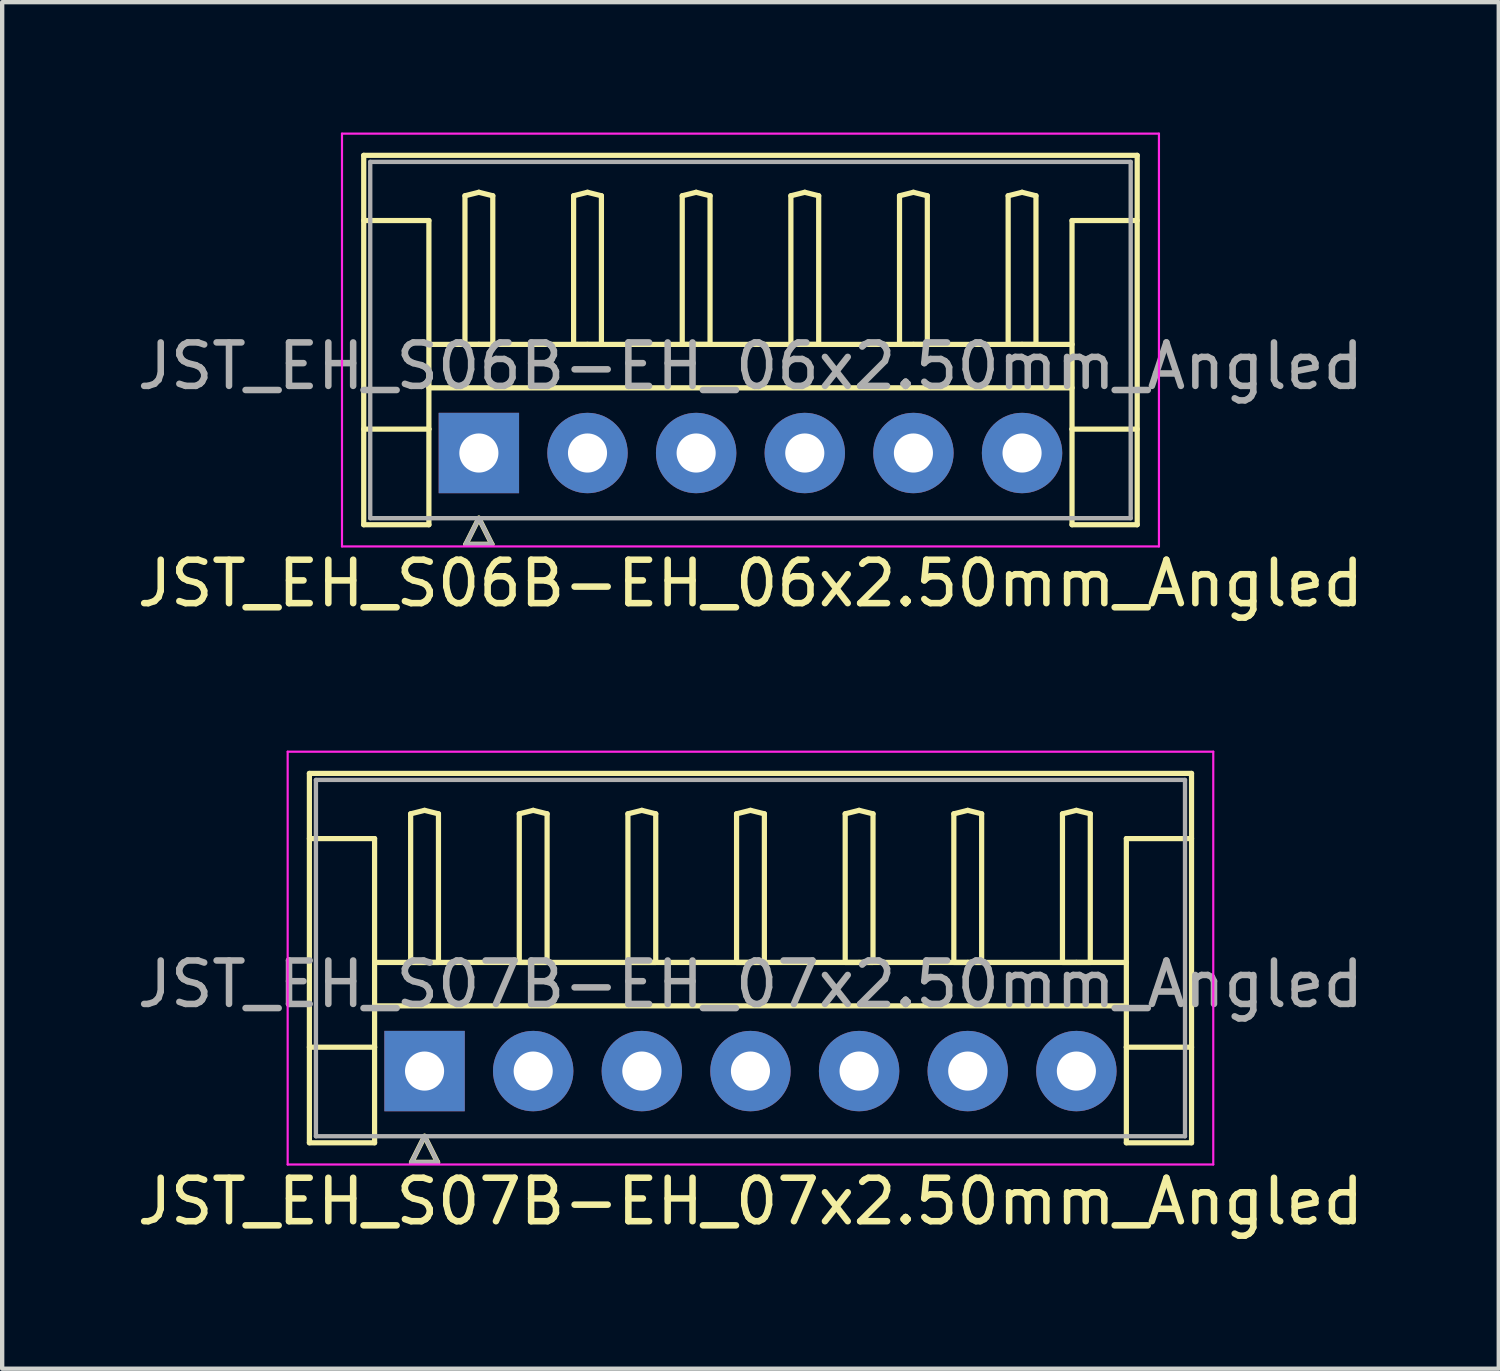
<source format=kicad_pcb>
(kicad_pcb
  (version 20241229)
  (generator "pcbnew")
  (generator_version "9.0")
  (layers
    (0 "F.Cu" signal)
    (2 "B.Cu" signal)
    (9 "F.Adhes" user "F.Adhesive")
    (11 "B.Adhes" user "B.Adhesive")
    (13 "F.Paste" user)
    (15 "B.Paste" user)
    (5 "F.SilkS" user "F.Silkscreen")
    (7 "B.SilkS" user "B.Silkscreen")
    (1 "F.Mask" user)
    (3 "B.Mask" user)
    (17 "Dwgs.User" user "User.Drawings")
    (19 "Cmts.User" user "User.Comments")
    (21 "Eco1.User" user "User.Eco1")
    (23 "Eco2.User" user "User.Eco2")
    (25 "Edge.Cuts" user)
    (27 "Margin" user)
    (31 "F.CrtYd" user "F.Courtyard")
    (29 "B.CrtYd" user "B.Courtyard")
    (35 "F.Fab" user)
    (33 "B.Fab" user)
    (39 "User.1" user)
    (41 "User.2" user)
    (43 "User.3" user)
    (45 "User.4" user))
  (footprint "JST_EH_S07B-EH_07x2.50mm_Angled"
    (layer "F.Cu")
    (at 6.72 21.598)
    (property "Reference" "JST_EH_S07B-EH_07x2.50mm_Angled" (at 7.5 3 0) (layer "F.SilkS") (effects (font (size 1 1) (thickness 0.15))))
    (attr through_hole)
    (fp_line (start -2.65 -6.85) (end 17.65 -6.85) (stroke (width 0.12) (type solid)) (layer "F.SilkS"))
    (fp_line (start -2.65 -5.35) (end -1.15 -5.35) (stroke (width 0.12) (type solid)) (layer "F.SilkS"))
    (fp_line (start -2.65 1.65) (end -2.65 -6.85) (stroke (width 0.12) (type solid)) (layer "F.SilkS"))
    (fp_line (start -1.15 -5.35) (end -1.15 -0.55) (stroke (width 0.12) (type solid)) (layer "F.SilkS"))
    (fp_line (start -1.15 -2.5) (end 16.15 -2.5) (stroke (width 0.12) (type solid)) (layer "F.SilkS"))
    (fp_line (start -1.15 -1.5) (end 16.15 -1.5) (stroke (width 0.12) (type solid)) (layer "F.SilkS"))
    (fp_line (start -1.15 -0.55) (end -2.65 -0.55) (stroke (width 0.12) (type solid)) (layer "F.SilkS"))
    (fp_line (start -1.15 -0.55) (end -1.15 1.65) (stroke (width 0.12) (type solid)) (layer "F.SilkS"))
    (fp_line (start -1.15 1.65) (end -2.65 1.65) (stroke (width 0.12) (type solid)) (layer "F.SilkS"))
    (fp_line (start -0.32 -5.92) (end 0 -6) (stroke (width 0.12) (type solid)) (layer "F.SilkS"))
    (fp_line (start -0.32 -2.5) (end -0.32 -5.92) (stroke (width 0.12) (type solid)) (layer "F.SilkS"))
    (fp_line (start -0.3 2.1) (end 0.3 2.1) (stroke (width 0.12) (type solid)) (layer "F.SilkS"))
    (fp_line (start 0 -6) (end 0.32 -5.92) (stroke (width 0.12) (type solid)) (layer "F.SilkS"))
    (fp_line (start 0 -2.5) (end -0.32 -2.5) (stroke (width 0.12) (type solid)) (layer "F.SilkS"))
    (fp_line (start 0 1.5) (end -0.3 2.1) (stroke (width 0.12) (type solid)) (layer "F.SilkS"))
    (fp_line (start 0.3 2.1) (end 0 1.5) (stroke (width 0.12) (type solid)) (layer "F.SilkS"))
    (fp_line (start 0.32 -5.92) (end 0.32 -2.5) (stroke (width 0.12) (type solid)) (layer "F.SilkS"))
    (fp_line (start 0.32 -2.5) (end 0 -2.5) (stroke (width 0.12) (type solid)) (layer "F.SilkS"))
    (fp_line (start 2.18 -5.92) (end 2.5 -6) (stroke (width 0.12) (type solid)) (layer "F.SilkS"))
    (fp_line (start 2.18 -2.5) (end 2.18 -5.92) (stroke (width 0.12) (type solid)) (layer "F.SilkS"))
    (fp_line (start 2.5 -6) (end 2.82 -5.92) (stroke (width 0.12) (type solid)) (layer "F.SilkS"))
    (fp_line (start 2.5 -2.5) (end 2.18 -2.5) (stroke (width 0.12) (type solid)) (layer "F.SilkS"))
    (fp_line (start 2.82 -5.92) (end 2.82 -2.5) (stroke (width 0.12) (type solid)) (layer "F.SilkS"))
    (fp_line (start 2.82 -2.5) (end 2.5 -2.5) (stroke (width 0.12) (type solid)) (layer "F.SilkS"))
    (fp_line (start 4.68 -5.92) (end 5 -6) (stroke (width 0.12) (type solid)) (layer "F.SilkS"))
    (fp_line (start 4.68 -2.5) (end 4.68 -5.92) (stroke (width 0.12) (type solid)) (layer "F.SilkS"))
    (fp_line (start 5 -6) (end 5.32 -5.92) (stroke (width 0.12) (type solid)) (layer "F.SilkS"))
    (fp_line (start 5 -2.5) (end 4.68 -2.5) (stroke (width 0.12) (type solid)) (layer "F.SilkS"))
    (fp_line (start 5.32 -5.92) (end 5.32 -2.5) (stroke (width 0.12) (type solid)) (layer "F.SilkS"))
    (fp_line (start 5.32 -2.5) (end 5 -2.5) (stroke (width 0.12) (type solid)) (layer "F.SilkS"))
    (fp_line (start 7.18 -5.92) (end 7.5 -6) (stroke (width 0.12) (type solid)) (layer "F.SilkS"))
    (fp_line (start 7.18 -2.5) (end 7.18 -5.92) (stroke (width 0.12) (type solid)) (layer "F.SilkS"))
    (fp_line (start 7.5 -6) (end 7.82 -5.92) (stroke (width 0.12) (type solid)) (layer "F.SilkS"))
    (fp_line (start 7.5 -2.5) (end 7.18 -2.5) (stroke (width 0.12) (type solid)) (layer "F.SilkS"))
    (fp_line (start 7.82 -5.92) (end 7.82 -2.5) (stroke (width 0.12) (type solid)) (layer "F.SilkS"))
    (fp_line (start 7.82 -2.5) (end 7.5 -2.5) (stroke (width 0.12) (type solid)) (layer "F.SilkS"))
    (fp_line (start 9.68 -5.92) (end 10 -6) (stroke (width 0.12) (type solid)) (layer "F.SilkS"))
    (fp_line (start 9.68 -2.5) (end 9.68 -5.92) (stroke (width 0.12) (type solid)) (layer "F.SilkS"))
    (fp_line (start 10 -6) (end 10.32 -5.92) (stroke (width 0.12) (type solid)) (layer "F.SilkS"))
    (fp_line (start 10 -2.5) (end 9.68 -2.5) (stroke (width 0.12) (type solid)) (layer "F.SilkS"))
    (fp_line (start 10.32 -5.92) (end 10.32 -2.5) (stroke (width 0.12) (type solid)) (layer "F.SilkS"))
    (fp_line (start 10.32 -2.5) (end 10 -2.5) (stroke (width 0.12) (type solid)) (layer "F.SilkS"))
    (fp_line (start 12.18 -5.92) (end 12.5 -6) (stroke (width 0.12) (type solid)) (layer "F.SilkS"))
    (fp_line (start 12.18 -2.5) (end 12.18 -5.92) (stroke (width 0.12) (type solid)) (layer "F.SilkS"))
    (fp_line (start 12.5 -6) (end 12.82 -5.92) (stroke (width 0.12) (type solid)) (layer "F.SilkS"))
    (fp_line (start 12.5 -2.5) (end 12.18 -2.5) (stroke (width 0.12) (type solid)) (layer "F.SilkS"))
    (fp_line (start 12.82 -5.92) (end 12.82 -2.5) (stroke (width 0.12) (type solid)) (layer "F.SilkS"))
    (fp_line (start 12.82 -2.5) (end 12.5 -2.5) (stroke (width 0.12) (type solid)) (layer "F.SilkS"))
    (fp_line (start 14.68 -5.92) (end 15 -6) (stroke (width 0.12) (type solid)) (layer "F.SilkS"))
    (fp_line (start 14.68 -2.5) (end 14.68 -5.92) (stroke (width 0.12) (type solid)) (layer "F.SilkS"))
    (fp_line (start 15 -6) (end 15.32 -5.92) (stroke (width 0.12) (type solid)) (layer "F.SilkS"))
    (fp_line (start 15 -2.5) (end 14.68 -2.5) (stroke (width 0.12) (type solid)) (layer "F.SilkS"))
    (fp_line (start 15.32 -5.92) (end 15.32 -2.5) (stroke (width 0.12) (type solid)) (layer "F.SilkS"))
    (fp_line (start 15.32 -2.5) (end 15 -2.5) (stroke (width 0.12) (type solid)) (layer "F.SilkS"))
    (fp_line (start 16.15 -5.35) (end 16.15 -0.55) (stroke (width 0.12) (type solid)) (layer "F.SilkS"))
    (fp_line (start 16.15 -0.55) (end 17.65 -0.55) (stroke (width 0.12) (type solid)) (layer "F.SilkS"))
    (fp_line (start 16.15 1.65) (end 16.15 -0.55) (stroke (width 0.12) (type solid)) (layer "F.SilkS"))
    (fp_line (start 17.65 -6.85) (end 17.65 1.65) (stroke (width 0.12) (type solid)) (layer "F.SilkS"))
    (fp_line (start 17.65 -5.35) (end 16.15 -5.35) (stroke (width 0.12) (type solid)) (layer "F.SilkS"))
    (fp_line (start 17.65 1.65) (end 16.15 1.65) (stroke (width 0.12) (type solid)) (layer "F.SilkS"))
    (fp_line (start -3.15 -7.35) (end -3.15 2.15) (stroke (width 0.05) (type solid)) (layer "F.CrtYd"))
    (fp_line (start -3.15 2.15) (end 18.15 2.15) (stroke (width 0.05) (type solid)) (layer "F.CrtYd"))
    (fp_line (start 18.15 -7.35) (end -3.15 -7.35) (stroke (width 0.05) (type solid)) (layer "F.CrtYd"))
    (fp_line (start 18.15 2.15) (end 18.15 -7.35) (stroke (width 0.05) (type solid)) (layer "F.CrtYd"))
    (fp_line (start -2.5 -6.7) (end -2.5 1.5) (stroke (width 0.1) (type solid)) (layer "F.Fab"))
    (fp_line (start -2.5 1.5) (end 17.5 1.5) (stroke (width 0.1) (type solid)) (layer "F.Fab"))
    (fp_line (start -0.3 2.1) (end 0.3 2.1) (stroke (width 0.1) (type solid)) (layer "F.Fab"))
    (fp_line (start 0 1.5) (end -0.3 2.1) (stroke (width 0.1) (type solid)) (layer "F.Fab"))
    (fp_line (start 0.3 2.1) (end 0 1.5) (stroke (width 0.1) (type solid)) (layer "F.Fab"))
    (fp_line (start 17.5 -6.7) (end -2.5 -6.7) (stroke (width 0.1) (type solid)) (layer "F.Fab"))
    (fp_line (start 17.5 1.5) (end 17.5 -6.7) (stroke (width 0.1) (type solid)) (layer "F.Fab"))
    (fp_text user "${REFERENCE}" (at 7.5 -2 0) (layer "F.Fab") (effects (font (size 1 1) (thickness 0.15))))
    (pad "1" thru_hole rect (at 0 0) (size 1.85 1.85) (drill 0.9) (layers "*.Cu" "*.Mask"))
    (pad "2" thru_hole circle (at 2.5 0) (size 1.85 1.85) (drill 0.9) (layers "*.Cu" "*.Mask"))
    (pad "3" thru_hole circle (at 5 0) (size 1.85 1.85) (drill 0.9) (layers "*.Cu" "*.Mask"))
    (pad "4" thru_hole circle (at 7.5 0) (size 1.85 1.85) (drill 0.9) (layers "*.Cu" "*.Mask"))
    (pad "5" thru_hole circle (at 10 0) (size 1.85 1.85) (drill 0.9) (layers "*.Cu" "*.Mask"))
    (pad "6" thru_hole circle (at 12.5 0) (size 1.85 1.85) (drill 0.9) (layers "*.Cu" "*.Mask"))
    (pad "7" thru_hole circle (at 15 0) (size 1.85 1.85) (drill 0.9) (layers "*.Cu" "*.Mask")))
  (footprint "JST_EH_S06B-EH_06x2.50mm_Angled"
    (layer "F.Cu")
    (at 7.97 7.375)
    (property "Reference" "JST_EH_S06B-EH_06x2.50mm_Angled" (at 6.25 3 0) (layer "F.SilkS") (effects (font (size 1 1) (thickness 0.15))))
    (attr through_hole)
    (fp_line (start -2.65 -6.85) (end 15.15 -6.85) (stroke (width 0.12) (type solid)) (layer "F.SilkS"))
    (fp_line (start -2.65 -5.35) (end -1.15 -5.35) (stroke (width 0.12) (type solid)) (layer "F.SilkS"))
    (fp_line (start -2.65 1.65) (end -2.65 -6.85) (stroke (width 0.12) (type solid)) (layer "F.SilkS"))
    (fp_line (start -1.15 -5.35) (end -1.15 -0.55) (stroke (width 0.12) (type solid)) (layer "F.SilkS"))
    (fp_line (start -1.15 -2.5) (end 13.65 -2.5) (stroke (width 0.12) (type solid)) (layer "F.SilkS"))
    (fp_line (start -1.15 -1.5) (end 13.65 -1.5) (stroke (width 0.12) (type solid)) (layer "F.SilkS"))
    (fp_line (start -1.15 -0.55) (end -2.65 -0.55) (stroke (width 0.12) (type solid)) (layer "F.SilkS"))
    (fp_line (start -1.15 -0.55) (end -1.15 1.65) (stroke (width 0.12) (type solid)) (layer "F.SilkS"))
    (fp_line (start -1.15 1.65) (end -2.65 1.65) (stroke (width 0.12) (type solid)) (layer "F.SilkS"))
    (fp_line (start -0.32 -5.92) (end 0 -6) (stroke (width 0.12) (type solid)) (layer "F.SilkS"))
    (fp_line (start -0.32 -2.5) (end -0.32 -5.92) (stroke (width 0.12) (type solid)) (layer "F.SilkS"))
    (fp_line (start -0.3 2.1) (end 0.3 2.1) (stroke (width 0.12) (type solid)) (layer "F.SilkS"))
    (fp_line (start 0 -6) (end 0.32 -5.92) (stroke (width 0.12) (type solid)) (layer "F.SilkS"))
    (fp_line (start 0 -2.5) (end -0.32 -2.5) (stroke (width 0.12) (type solid)) (layer "F.SilkS"))
    (fp_line (start 0 1.5) (end -0.3 2.1) (stroke (width 0.12) (type solid)) (layer "F.SilkS"))
    (fp_line (start 0.3 2.1) (end 0 1.5) (stroke (width 0.12) (type solid)) (layer "F.SilkS"))
    (fp_line (start 0.32 -5.92) (end 0.32 -2.5) (stroke (width 0.12) (type solid)) (layer "F.SilkS"))
    (fp_line (start 0.32 -2.5) (end 0 -2.5) (stroke (width 0.12) (type solid)) (layer "F.SilkS"))
    (fp_line (start 2.18 -5.92) (end 2.5 -6) (stroke (width 0.12) (type solid)) (layer "F.SilkS"))
    (fp_line (start 2.18 -2.5) (end 2.18 -5.92) (stroke (width 0.12) (type solid)) (layer "F.SilkS"))
    (fp_line (start 2.5 -6) (end 2.82 -5.92) (stroke (width 0.12) (type solid)) (layer "F.SilkS"))
    (fp_line (start 2.5 -2.5) (end 2.18 -2.5) (stroke (width 0.12) (type solid)) (layer "F.SilkS"))
    (fp_line (start 2.82 -5.92) (end 2.82 -2.5) (stroke (width 0.12) (type solid)) (layer "F.SilkS"))
    (fp_line (start 2.82 -2.5) (end 2.5 -2.5) (stroke (width 0.12) (type solid)) (layer "F.SilkS"))
    (fp_line (start 4.68 -5.92) (end 5 -6) (stroke (width 0.12) (type solid)) (layer "F.SilkS"))
    (fp_line (start 4.68 -2.5) (end 4.68 -5.92) (stroke (width 0.12) (type solid)) (layer "F.SilkS"))
    (fp_line (start 5 -6) (end 5.32 -5.92) (stroke (width 0.12) (type solid)) (layer "F.SilkS"))
    (fp_line (start 5 -2.5) (end 4.68 -2.5) (stroke (width 0.12) (type solid)) (layer "F.SilkS"))
    (fp_line (start 5.32 -5.92) (end 5.32 -2.5) (stroke (width 0.12) (type solid)) (layer "F.SilkS"))
    (fp_line (start 5.32 -2.5) (end 5 -2.5) (stroke (width 0.12) (type solid)) (layer "F.SilkS"))
    (fp_line (start 7.18 -5.92) (end 7.5 -6) (stroke (width 0.12) (type solid)) (layer "F.SilkS"))
    (fp_line (start 7.18 -2.5) (end 7.18 -5.92) (stroke (width 0.12) (type solid)) (layer "F.SilkS"))
    (fp_line (start 7.5 -6) (end 7.82 -5.92) (stroke (width 0.12) (type solid)) (layer "F.SilkS"))
    (fp_line (start 7.5 -2.5) (end 7.18 -2.5) (stroke (width 0.12) (type solid)) (layer "F.SilkS"))
    (fp_line (start 7.82 -5.92) (end 7.82 -2.5) (stroke (width 0.12) (type solid)) (layer "F.SilkS"))
    (fp_line (start 7.82 -2.5) (end 7.5 -2.5) (stroke (width 0.12) (type solid)) (layer "F.SilkS"))
    (fp_line (start 9.68 -5.92) (end 10 -6) (stroke (width 0.12) (type solid)) (layer "F.SilkS"))
    (fp_line (start 9.68 -2.5) (end 9.68 -5.92) (stroke (width 0.12) (type solid)) (layer "F.SilkS"))
    (fp_line (start 10 -6) (end 10.32 -5.92) (stroke (width 0.12) (type solid)) (layer "F.SilkS"))
    (fp_line (start 10 -2.5) (end 9.68 -2.5) (stroke (width 0.12) (type solid)) (layer "F.SilkS"))
    (fp_line (start 10.32 -5.92) (end 10.32 -2.5) (stroke (width 0.12) (type solid)) (layer "F.SilkS"))
    (fp_line (start 10.32 -2.5) (end 10 -2.5) (stroke (width 0.12) (type solid)) (layer "F.SilkS"))
    (fp_line (start 12.18 -5.92) (end 12.5 -6) (stroke (width 0.12) (type solid)) (layer "F.SilkS"))
    (fp_line (start 12.18 -2.5) (end 12.18 -5.92) (stroke (width 0.12) (type solid)) (layer "F.SilkS"))
    (fp_line (start 12.5 -6) (end 12.82 -5.92) (stroke (width 0.12) (type solid)) (layer "F.SilkS"))
    (fp_line (start 12.5 -2.5) (end 12.18 -2.5) (stroke (width 0.12) (type solid)) (layer "F.SilkS"))
    (fp_line (start 12.82 -5.92) (end 12.82 -2.5) (stroke (width 0.12) (type solid)) (layer "F.SilkS"))
    (fp_line (start 12.82 -2.5) (end 12.5 -2.5) (stroke (width 0.12) (type solid)) (layer "F.SilkS"))
    (fp_line (start 13.65 -5.35) (end 13.65 -0.55) (stroke (width 0.12) (type solid)) (layer "F.SilkS"))
    (fp_line (start 13.65 -0.55) (end 15.15 -0.55) (stroke (width 0.12) (type solid)) (layer "F.SilkS"))
    (fp_line (start 13.65 1.65) (end 13.65 -0.55) (stroke (width 0.12) (type solid)) (layer "F.SilkS"))
    (fp_line (start 15.15 -6.85) (end 15.15 1.65) (stroke (width 0.12) (type solid)) (layer "F.SilkS"))
    (fp_line (start 15.15 -5.35) (end 13.65 -5.35) (stroke (width 0.12) (type solid)) (layer "F.SilkS"))
    (fp_line (start 15.15 1.65) (end 13.65 1.65) (stroke (width 0.12) (type solid)) (layer "F.SilkS"))
    (fp_line (start -3.15 -7.35) (end -3.15 2.15) (stroke (width 0.05) (type solid)) (layer "F.CrtYd"))
    (fp_line (start -3.15 2.15) (end 15.65 2.15) (stroke (width 0.05) (type solid)) (layer "F.CrtYd"))
    (fp_line (start 15.65 -7.35) (end -3.15 -7.35) (stroke (width 0.05) (type solid)) (layer "F.CrtYd"))
    (fp_line (start 15.65 2.15) (end 15.65 -7.35) (stroke (width 0.05) (type solid)) (layer "F.CrtYd"))
    (fp_line (start -2.5 -6.7) (end -2.5 1.5) (stroke (width 0.1) (type solid)) (layer "F.Fab"))
    (fp_line (start -2.5 1.5) (end 15 1.5) (stroke (width 0.1) (type solid)) (layer "F.Fab"))
    (fp_line (start -0.3 2.1) (end 0.3 2.1) (stroke (width 0.1) (type solid)) (layer "F.Fab"))
    (fp_line (start 0 1.5) (end -0.3 2.1) (stroke (width 0.1) (type solid)) (layer "F.Fab"))
    (fp_line (start 0.3 2.1) (end 0 1.5) (stroke (width 0.1) (type solid)) (layer "F.Fab"))
    (fp_line (start 15 -6.7) (end -2.5 -6.7) (stroke (width 0.1) (type solid)) (layer "F.Fab"))
    (fp_line (start 15 1.5) (end 15 -6.7) (stroke (width 0.1) (type solid)) (layer "F.Fab"))
    (fp_text user "${REFERENCE}" (at 6.25 -2 0) (layer "F.Fab") (effects (font (size 1 1) (thickness 0.15))))
    (pad "1" thru_hole rect (at 0 0) (size 1.85 1.85) (drill 0.9) (layers "*.Cu" "*.Mask"))
    (pad "2" thru_hole circle (at 2.5 0) (size 1.85 1.85) (drill 0.9) (layers "*.Cu" "*.Mask"))
    (pad "3" thru_hole circle (at 5 0) (size 1.85 1.85) (drill 0.9) (layers "*.Cu" "*.Mask"))
    (pad "4" thru_hole circle (at 7.5 0) (size 1.85 1.85) (drill 0.9) (layers "*.Cu" "*.Mask"))
    (pad "5" thru_hole circle (at 10 0) (size 1.85 1.85) (drill 0.9) (layers "*.Cu" "*.Mask"))
    (pad "6" thru_hole circle (at 12.5 0) (size 1.85 1.85) (drill 0.9) (layers "*.Cu" "*.Mask")))
  (gr_rect
    (start -3 -3)
    (end 31.44 28.447)
    (stroke (width 0.1) (type default))
    (fill no)
    (layer "Edge.Cuts")))
</source>
